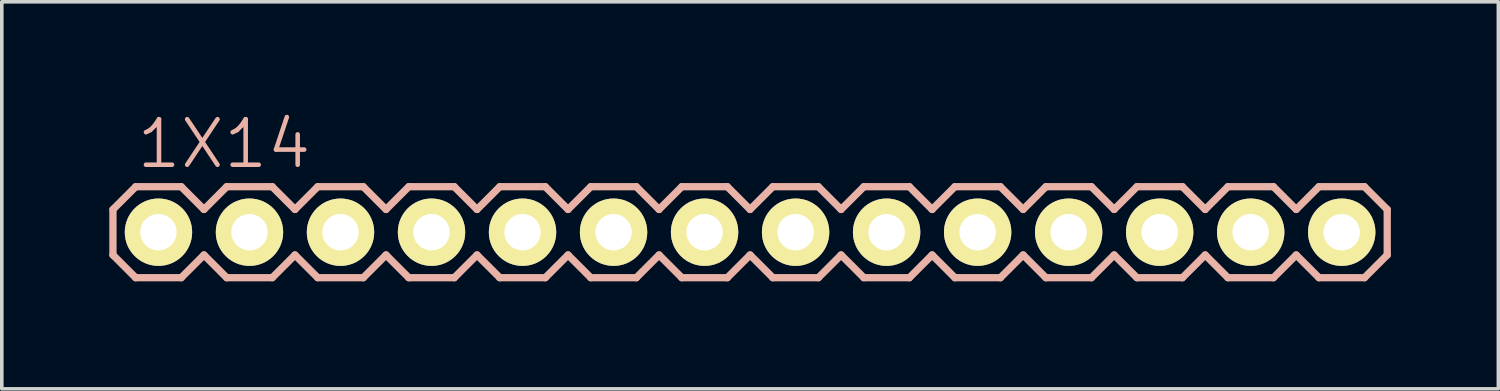
<source format=kicad_pcb>
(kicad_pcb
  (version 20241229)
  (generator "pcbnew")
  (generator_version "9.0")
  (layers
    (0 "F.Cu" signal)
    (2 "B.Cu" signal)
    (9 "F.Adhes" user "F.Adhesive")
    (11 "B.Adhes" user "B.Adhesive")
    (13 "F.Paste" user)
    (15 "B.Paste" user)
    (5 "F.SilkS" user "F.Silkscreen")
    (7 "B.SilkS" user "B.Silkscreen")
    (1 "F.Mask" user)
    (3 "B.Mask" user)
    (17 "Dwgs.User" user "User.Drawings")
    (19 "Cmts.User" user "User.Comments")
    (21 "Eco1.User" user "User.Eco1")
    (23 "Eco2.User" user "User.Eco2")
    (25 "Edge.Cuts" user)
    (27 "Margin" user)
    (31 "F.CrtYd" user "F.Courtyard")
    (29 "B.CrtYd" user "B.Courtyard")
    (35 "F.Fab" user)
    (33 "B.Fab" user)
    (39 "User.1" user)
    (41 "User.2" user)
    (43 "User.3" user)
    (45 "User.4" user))
  (footprint "1X14"
    (layer "F.Cu")
    (at 1.372 3.43)
    (property "Reference" "1X14" (at 1.829 -2.464 0) (layer "B.SilkS") (effects (font (size 1.27 1.27) (thickness 0.127))))
    (attr exclude_from_pos_files exclude_from_bom)
    (fp_line (start -0.254 -0.254) (end 0.254 -0.254) (stroke (width 0.066) (type solid)) (layer "F.SilkS"))
    (fp_line (start -0.254 0.254) (end -0.254 -0.254) (stroke (width 0.066) (type solid)) (layer "F.SilkS"))
    (fp_line (start -0.254 0.254) (end 0.254 0.254) (stroke (width 0.066) (type solid)) (layer "F.SilkS"))
    (fp_line (start 0.254 0.254) (end 0.254 -0.254) (stroke (width 0.066) (type solid)) (layer "F.SilkS"))
    (fp_line (start 2.286 -0.254) (end 2.794 -0.254) (stroke (width 0.066) (type solid)) (layer "F.SilkS"))
    (fp_line (start 2.286 0.254) (end 2.286 -0.254) (stroke (width 0.066) (type solid)) (layer "F.SilkS"))
    (fp_line (start 2.286 0.254) (end 2.794 0.254) (stroke (width 0.066) (type solid)) (layer "F.SilkS"))
    (fp_line (start 2.794 0.254) (end 2.794 -0.254) (stroke (width 0.066) (type solid)) (layer "F.SilkS"))
    (fp_line (start 4.826 -0.254) (end 5.334 -0.254) (stroke (width 0.066) (type solid)) (layer "F.SilkS"))
    (fp_line (start 4.826 0.254) (end 4.826 -0.254) (stroke (width 0.066) (type solid)) (layer "F.SilkS"))
    (fp_line (start 4.826 0.254) (end 5.334 0.254) (stroke (width 0.066) (type solid)) (layer "F.SilkS"))
    (fp_line (start 5.334 0.254) (end 5.334 -0.254) (stroke (width 0.066) (type solid)) (layer "F.SilkS"))
    (fp_line (start 7.366 -0.254) (end 7.874 -0.254) (stroke (width 0.066) (type solid)) (layer "F.SilkS"))
    (fp_line (start 7.366 0.254) (end 7.366 -0.254) (stroke (width 0.066) (type solid)) (layer "F.SilkS"))
    (fp_line (start 7.366 0.254) (end 7.874 0.254) (stroke (width 0.066) (type solid)) (layer "F.SilkS"))
    (fp_line (start 7.874 0.254) (end 7.874 -0.254) (stroke (width 0.066) (type solid)) (layer "F.SilkS"))
    (fp_line (start 9.906 -0.254) (end 10.414 -0.254) (stroke (width 0.066) (type solid)) (layer "F.SilkS"))
    (fp_line (start 9.906 0.254) (end 9.906 -0.254) (stroke (width 0.066) (type solid)) (layer "F.SilkS"))
    (fp_line (start 9.906 0.254) (end 10.414 0.254) (stroke (width 0.066) (type solid)) (layer "F.SilkS"))
    (fp_line (start 10.414 0.254) (end 10.414 -0.254) (stroke (width 0.066) (type solid)) (layer "F.SilkS"))
    (fp_line (start 12.446 -0.254) (end 12.954 -0.254) (stroke (width 0.066) (type solid)) (layer "F.SilkS"))
    (fp_line (start 12.446 0.254) (end 12.446 -0.254) (stroke (width 0.066) (type solid)) (layer "F.SilkS"))
    (fp_line (start 12.446 0.254) (end 12.954 0.254) (stroke (width 0.066) (type solid)) (layer "F.SilkS"))
    (fp_line (start 12.954 0.254) (end 12.954 -0.254) (stroke (width 0.066) (type solid)) (layer "F.SilkS"))
    (fp_line (start 14.986 -0.254) (end 15.494 -0.254) (stroke (width 0.066) (type solid)) (layer "F.SilkS"))
    (fp_line (start 14.986 0.254) (end 14.986 -0.254) (stroke (width 0.066) (type solid)) (layer "F.SilkS"))
    (fp_line (start 14.986 0.254) (end 15.494 0.254) (stroke (width 0.066) (type solid)) (layer "F.SilkS"))
    (fp_line (start 15.494 0.254) (end 15.494 -0.254) (stroke (width 0.066) (type solid)) (layer "F.SilkS"))
    (fp_line (start 17.523 -0.254) (end 18.034 -0.254) (stroke (width 0.066) (type solid)) (layer "F.SilkS"))
    (fp_line (start 17.523 0.254) (end 17.523 -0.254) (stroke (width 0.066) (type solid)) (layer "F.SilkS"))
    (fp_line (start 17.523 0.254) (end 18.034 0.254) (stroke (width 0.066) (type solid)) (layer "F.SilkS"))
    (fp_line (start 18.034 0.254) (end 18.034 -0.254) (stroke (width 0.066) (type solid)) (layer "F.SilkS"))
    (fp_line (start 20.066 -0.254) (end 20.574 -0.254) (stroke (width 0.066) (type solid)) (layer "F.SilkS"))
    (fp_line (start 20.066 0.254) (end 20.066 -0.254) (stroke (width 0.066) (type solid)) (layer "F.SilkS"))
    (fp_line (start 20.066 0.254) (end 20.574 0.254) (stroke (width 0.066) (type solid)) (layer "F.SilkS"))
    (fp_line (start 20.574 0.254) (end 20.574 -0.254) (stroke (width 0.066) (type solid)) (layer "F.SilkS"))
    (fp_line (start 22.606 -0.254) (end 23.114 -0.254) (stroke (width 0.066) (type solid)) (layer "F.SilkS"))
    (fp_line (start 22.606 0.254) (end 22.606 -0.254) (stroke (width 0.066) (type solid)) (layer "F.SilkS"))
    (fp_line (start 22.606 0.254) (end 23.114 0.254) (stroke (width 0.066) (type solid)) (layer "F.SilkS"))
    (fp_line (start 23.114 0.254) (end 23.114 -0.254) (stroke (width 0.066) (type solid)) (layer "F.SilkS"))
    (fp_line (start 25.146 -0.254) (end 25.654 -0.254) (stroke (width 0.066) (type solid)) (layer "F.SilkS"))
    (fp_line (start 25.146 0.254) (end 25.146 -0.254) (stroke (width 0.066) (type solid)) (layer "F.SilkS"))
    (fp_line (start 25.146 0.254) (end 25.654 0.254) (stroke (width 0.066) (type solid)) (layer "F.SilkS"))
    (fp_line (start 25.654 0.254) (end 25.654 -0.254) (stroke (width 0.066) (type solid)) (layer "F.SilkS"))
    (fp_line (start 27.686 -0.254) (end 28.194 -0.254) (stroke (width 0.066) (type solid)) (layer "F.SilkS"))
    (fp_line (start 27.686 0.254) (end 27.686 -0.254) (stroke (width 0.066) (type solid)) (layer "F.SilkS"))
    (fp_line (start 27.686 0.254) (end 28.194 0.254) (stroke (width 0.066) (type solid)) (layer "F.SilkS"))
    (fp_line (start 28.194 0.254) (end 28.194 -0.254) (stroke (width 0.066) (type solid)) (layer "F.SilkS"))
    (fp_line (start 30.226 -0.254) (end 30.734 -0.254) (stroke (width 0.066) (type solid)) (layer "F.SilkS"))
    (fp_line (start 30.226 0.254) (end 30.226 -0.254) (stroke (width 0.066) (type solid)) (layer "F.SilkS"))
    (fp_line (start 30.226 0.254) (end 30.734 0.254) (stroke (width 0.066) (type solid)) (layer "F.SilkS"))
    (fp_line (start 30.734 0.254) (end 30.734 -0.254) (stroke (width 0.066) (type solid)) (layer "F.SilkS"))
    (fp_line (start 32.766 -0.254) (end 33.274 -0.254) (stroke (width 0.066) (type solid)) (layer "F.SilkS"))
    (fp_line (start 32.766 0.254) (end 32.766 -0.254) (stroke (width 0.066) (type solid)) (layer "F.SilkS"))
    (fp_line (start 32.766 0.254) (end 33.274 0.254) (stroke (width 0.066) (type solid)) (layer "F.SilkS"))
    (fp_line (start 33.274 0.254) (end 33.274 -0.254) (stroke (width 0.066) (type solid)) (layer "F.SilkS"))
    (fp_line (start -1.27 -0.635) (end -1.27 0.635) (stroke (width 0.203) (type solid)) (layer "B.SilkS"))
    (fp_line (start -1.27 0.635) (end -0.635 1.27) (stroke (width 0.203) (type solid)) (layer "B.SilkS"))
    (fp_line (start -0.635 -1.27) (end -1.27 -0.635) (stroke (width 0.203) (type solid)) (layer "B.SilkS"))
    (fp_line (start -0.635 -1.27) (end 0.635 -1.27) (stroke (width 0.203) (type solid)) (layer "B.SilkS"))
    (fp_line (start 0.635 -1.27) (end 1.27 -0.635) (stroke (width 0.203) (type solid)) (layer "B.SilkS"))
    (fp_line (start 0.635 1.27) (end -0.635 1.27) (stroke (width 0.203) (type solid)) (layer "B.SilkS"))
    (fp_line (start 1.27 -0.635) (end 1.905 -1.27) (stroke (width 0.203) (type solid)) (layer "B.SilkS"))
    (fp_line (start 1.27 0.635) (end 0.635 1.27) (stroke (width 0.203) (type solid)) (layer "B.SilkS"))
    (fp_line (start 1.905 -1.27) (end 3.175 -1.27) (stroke (width 0.203) (type solid)) (layer "B.SilkS"))
    (fp_line (start 1.905 1.27) (end 1.27 0.635) (stroke (width 0.203) (type solid)) (layer "B.SilkS"))
    (fp_line (start 3.175 -1.27) (end 3.81 -0.635) (stroke (width 0.203) (type solid)) (layer "B.SilkS"))
    (fp_line (start 3.175 1.27) (end 1.905 1.27) (stroke (width 0.203) (type solid)) (layer "B.SilkS"))
    (fp_line (start 3.81 -0.635) (end 4.445 -1.27) (stroke (width 0.203) (type solid)) (layer "B.SilkS"))
    (fp_line (start 3.81 0.635) (end 3.175 1.27) (stroke (width 0.203) (type solid)) (layer "B.SilkS"))
    (fp_line (start 4.445 -1.27) (end 5.715 -1.27) (stroke (width 0.203) (type solid)) (layer "B.SilkS"))
    (fp_line (start 4.445 1.27) (end 3.81 0.635) (stroke (width 0.203) (type solid)) (layer "B.SilkS"))
    (fp_line (start 5.715 -1.27) (end 6.35 -0.635) (stroke (width 0.203) (type solid)) (layer "B.SilkS"))
    (fp_line (start 5.715 1.27) (end 4.445 1.27) (stroke (width 0.203) (type solid)) (layer "B.SilkS"))
    (fp_line (start 6.35 0.635) (end 5.715 1.27) (stroke (width 0.203) (type solid)) (layer "B.SilkS"))
    (fp_line (start 6.35 0.635) (end 6.985 1.27) (stroke (width 0.203) (type solid)) (layer "B.SilkS"))
    (fp_line (start 6.985 -1.27) (end 6.35 -0.635) (stroke (width 0.203) (type solid)) (layer "B.SilkS"))
    (fp_line (start 6.985 -1.27) (end 8.255 -1.27) (stroke (width 0.203) (type solid)) (layer "B.SilkS"))
    (fp_line (start 8.255 -1.27) (end 8.89 -0.635) (stroke (width 0.203) (type solid)) (layer "B.SilkS"))
    (fp_line (start 8.255 1.27) (end 6.985 1.27) (stroke (width 0.203) (type solid)) (layer "B.SilkS"))
    (fp_line (start 8.89 -0.635) (end 9.525 -1.27) (stroke (width 0.203) (type solid)) (layer "B.SilkS"))
    (fp_line (start 8.89 0.635) (end 8.255 1.27) (stroke (width 0.203) (type solid)) (layer "B.SilkS"))
    (fp_line (start 9.525 -1.27) (end 10.795 -1.27) (stroke (width 0.203) (type solid)) (layer "B.SilkS"))
    (fp_line (start 9.525 1.27) (end 8.89 0.635) (stroke (width 0.203) (type solid)) (layer "B.SilkS"))
    (fp_line (start 10.795 -1.27) (end 11.43 -0.635) (stroke (width 0.203) (type solid)) (layer "B.SilkS"))
    (fp_line (start 10.795 1.27) (end 9.525 1.27) (stroke (width 0.203) (type solid)) (layer "B.SilkS"))
    (fp_line (start 11.43 -0.635) (end 12.065 -1.27) (stroke (width 0.203) (type solid)) (layer "B.SilkS"))
    (fp_line (start 11.43 0.635) (end 10.795 1.27) (stroke (width 0.203) (type solid)) (layer "B.SilkS"))
    (fp_line (start 12.065 -1.27) (end 13.335 -1.27) (stroke (width 0.203) (type solid)) (layer "B.SilkS"))
    (fp_line (start 12.065 1.27) (end 11.43 0.635) (stroke (width 0.203) (type solid)) (layer "B.SilkS"))
    (fp_line (start 13.335 -1.27) (end 13.97 -0.635) (stroke (width 0.203) (type solid)) (layer "B.SilkS"))
    (fp_line (start 13.335 1.27) (end 12.065 1.27) (stroke (width 0.203) (type solid)) (layer "B.SilkS"))
    (fp_line (start 13.97 0.635) (end 13.335 1.27) (stroke (width 0.203) (type solid)) (layer "B.SilkS"))
    (fp_line (start 13.97 0.635) (end 14.605 1.27) (stroke (width 0.203) (type solid)) (layer "B.SilkS"))
    (fp_line (start 14.605 -1.27) (end 13.97 -0.635) (stroke (width 0.203) (type solid)) (layer "B.SilkS"))
    (fp_line (start 14.605 -1.27) (end 15.875 -1.27) (stroke (width 0.203) (type solid)) (layer "B.SilkS"))
    (fp_line (start 15.875 -1.27) (end 16.51 -0.635) (stroke (width 0.203) (type solid)) (layer "B.SilkS"))
    (fp_line (start 15.875 1.27) (end 14.605 1.27) (stroke (width 0.203) (type solid)) (layer "B.SilkS"))
    (fp_line (start 16.51 0.635) (end 15.875 1.27) (stroke (width 0.203) (type solid)) (layer "B.SilkS"))
    (fp_line (start 16.51 0.635) (end 17.145 1.27) (stroke (width 0.203) (type solid)) (layer "B.SilkS"))
    (fp_line (start 17.145 -1.27) (end 16.51 -0.635) (stroke (width 0.203) (type solid)) (layer "B.SilkS"))
    (fp_line (start 17.145 -1.27) (end 18.415 -1.27) (stroke (width 0.203) (type solid)) (layer "B.SilkS"))
    (fp_line (start 18.415 -1.27) (end 19.05 -0.635) (stroke (width 0.203) (type solid)) (layer "B.SilkS"))
    (fp_line (start 18.415 1.27) (end 17.145 1.27) (stroke (width 0.203) (type solid)) (layer "B.SilkS"))
    (fp_line (start 19.05 -0.635) (end 19.685 -1.27) (stroke (width 0.203) (type solid)) (layer "B.SilkS"))
    (fp_line (start 19.05 0.635) (end 18.415 1.27) (stroke (width 0.203) (type solid)) (layer "B.SilkS"))
    (fp_line (start 19.685 -1.27) (end 20.955 -1.27) (stroke (width 0.203) (type solid)) (layer "B.SilkS"))
    (fp_line (start 19.685 1.27) (end 19.05 0.635) (stroke (width 0.203) (type solid)) (layer "B.SilkS"))
    (fp_line (start 20.955 -1.27) (end 21.59 -0.635) (stroke (width 0.203) (type solid)) (layer "B.SilkS"))
    (fp_line (start 20.955 1.27) (end 19.685 1.27) (stroke (width 0.203) (type solid)) (layer "B.SilkS"))
    (fp_line (start 21.59 -0.635) (end 22.225 -1.27) (stroke (width 0.203) (type solid)) (layer "B.SilkS"))
    (fp_line (start 21.59 0.635) (end 20.955 1.27) (stroke (width 0.203) (type solid)) (layer "B.SilkS"))
    (fp_line (start 22.225 -1.27) (end 23.495 -1.27) (stroke (width 0.203) (type solid)) (layer "B.SilkS"))
    (fp_line (start 22.225 1.27) (end 21.59 0.635) (stroke (width 0.203) (type solid)) (layer "B.SilkS"))
    (fp_line (start 23.495 -1.27) (end 24.13 -0.635) (stroke (width 0.203) (type solid)) (layer "B.SilkS"))
    (fp_line (start 23.495 1.27) (end 22.225 1.27) (stroke (width 0.203) (type solid)) (layer "B.SilkS"))
    (fp_line (start 24.13 0.635) (end 23.495 1.27) (stroke (width 0.203) (type solid)) (layer "B.SilkS"))
    (fp_line (start 24.13 0.635) (end 24.765 1.27) (stroke (width 0.203) (type solid)) (layer "B.SilkS"))
    (fp_line (start 24.765 -1.27) (end 24.13 -0.635) (stroke (width 0.203) (type solid)) (layer "B.SilkS"))
    (fp_line (start 24.765 -1.27) (end 26.035 -1.27) (stroke (width 0.203) (type solid)) (layer "B.SilkS"))
    (fp_line (start 26.035 -1.27) (end 26.67 -0.635) (stroke (width 0.203) (type solid)) (layer "B.SilkS"))
    (fp_line (start 26.035 1.27) (end 24.765 1.27) (stroke (width 0.203) (type solid)) (layer "B.SilkS"))
    (fp_line (start 26.67 -0.635) (end 27.305 -1.27) (stroke (width 0.203) (type solid)) (layer "B.SilkS"))
    (fp_line (start 26.67 0.635) (end 26.035 1.27) (stroke (width 0.203) (type solid)) (layer "B.SilkS"))
    (fp_line (start 27.305 -1.27) (end 28.575 -1.27) (stroke (width 0.203) (type solid)) (layer "B.SilkS"))
    (fp_line (start 27.305 1.27) (end 26.67 0.635) (stroke (width 0.203) (type solid)) (layer "B.SilkS"))
    (fp_line (start 28.575 -1.27) (end 29.21 -0.635) (stroke (width 0.203) (type solid)) (layer "B.SilkS"))
    (fp_line (start 28.575 1.27) (end 27.305 1.27) (stroke (width 0.203) (type solid)) (layer "B.SilkS"))
    (fp_line (start 29.21 -0.635) (end 29.845 -1.27) (stroke (width 0.203) (type solid)) (layer "B.SilkS"))
    (fp_line (start 29.21 0.635) (end 28.575 1.27) (stroke (width 0.203) (type solid)) (layer "B.SilkS"))
    (fp_line (start 29.845 -1.27) (end 31.115 -1.27) (stroke (width 0.203) (type solid)) (layer "B.SilkS"))
    (fp_line (start 29.845 1.27) (end 29.21 0.635) (stroke (width 0.203) (type solid)) (layer "B.SilkS"))
    (fp_line (start 31.115 -1.27) (end 31.75 -0.635) (stroke (width 0.203) (type solid)) (layer "B.SilkS"))
    (fp_line (start 31.115 1.27) (end 29.845 1.27) (stroke (width 0.203) (type solid)) (layer "B.SilkS"))
    (fp_line (start 31.75 0.635) (end 31.115 1.27) (stroke (width 0.203) (type solid)) (layer "B.SilkS"))
    (fp_line (start 31.75 0.635) (end 32.385 1.27) (stroke (width 0.203) (type solid)) (layer "B.SilkS"))
    (fp_line (start 32.385 -1.27) (end 31.75 -0.635) (stroke (width 0.203) (type solid)) (layer "B.SilkS"))
    (fp_line (start 32.385 -1.27) (end 33.655 -1.27) (stroke (width 0.203) (type solid)) (layer "B.SilkS"))
    (fp_line (start 33.655 -1.27) (end 34.29 -0.635) (stroke (width 0.203) (type solid)) (layer "B.SilkS"))
    (fp_line (start 33.655 1.27) (end 32.385 1.27) (stroke (width 0.203) (type solid)) (layer "B.SilkS"))
    (fp_line (start 34.29 -0.635) (end 34.29 0.635) (stroke (width 0.203) (type solid)) (layer "B.SilkS"))
    (fp_line (start 34.29 0.635) (end 33.655 1.27) (stroke (width 0.203) (type solid)) (layer "B.SilkS"))
    (pad "1" thru_hole circle (at 0 0) (size 1.88 1.88) (drill 1.016) (layers "*.Cu" "F.Mask" "F.SilkS" "F.Paste"))
    (pad "2" thru_hole circle (at 2.54 0) (size 1.88 1.88) (drill 1.016) (layers "*.Cu" "F.Mask" "F.SilkS" "F.Paste"))
    (pad "3" thru_hole circle (at 5.08 0) (size 1.88 1.88) (drill 1.016) (layers "*.Cu" "F.Mask" "F.SilkS" "F.Paste"))
    (pad "4" thru_hole circle (at 7.62 0) (size 1.88 1.88) (drill 1.016) (layers "*.Cu" "F.Mask" "F.SilkS" "F.Paste"))
    (pad "5" thru_hole circle (at 10.16 0) (size 1.88 1.88) (drill 1.016) (layers "*.Cu" "F.Mask" "F.SilkS" "F.Paste"))
    (pad "6" thru_hole circle (at 12.7 0) (size 1.88 1.88) (drill 1.016) (layers "*.Cu" "F.Mask" "F.SilkS" "F.Paste"))
    (pad "7" thru_hole circle (at 15.24 0) (size 1.88 1.88) (drill 1.016) (layers "*.Cu" "F.Mask" "F.SilkS" "F.Paste"))
    (pad "8" thru_hole circle (at 17.78 0) (size 1.88 1.88) (drill 1.016) (layers "*.Cu" "F.Mask" "F.SilkS" "F.Paste"))
    (pad "9" thru_hole circle (at 20.32 0) (size 1.88 1.88) (drill 1.016) (layers "*.Cu" "F.Mask" "F.SilkS" "F.Paste"))
    (pad "10" thru_hole circle (at 22.86 0) (size 1.88 1.88) (drill 1.016) (layers "*.Cu" "F.Mask" "F.SilkS" "F.Paste"))
    (pad "11" thru_hole circle (at 25.4 0) (size 1.88 1.88) (drill 1.016) (layers "*.Cu" "F.Mask" "F.SilkS" "F.Paste"))
    (pad "12" thru_hole circle (at 27.94 0) (size 1.88 1.88) (drill 1.016) (layers "*.Cu" "F.Mask" "F.SilkS" "F.Paste"))
    (pad "13" thru_hole circle (at 30.48 0) (size 1.88 1.88) (drill 1.016) (layers "*.Cu" "F.Mask" "F.SilkS" "F.Paste"))
    (pad "14" thru_hole circle (at 33.02 0) (size 1.88 1.88) (drill 1.016) (layers "*.Cu" "F.Mask" "F.SilkS" "F.Paste")))
  (gr_rect
    (start -3 -3)
    (end 38.763 7.801)
    (stroke (width 0.1) (type default))
    (fill no)
    (layer "Edge.Cuts")))
</source>
